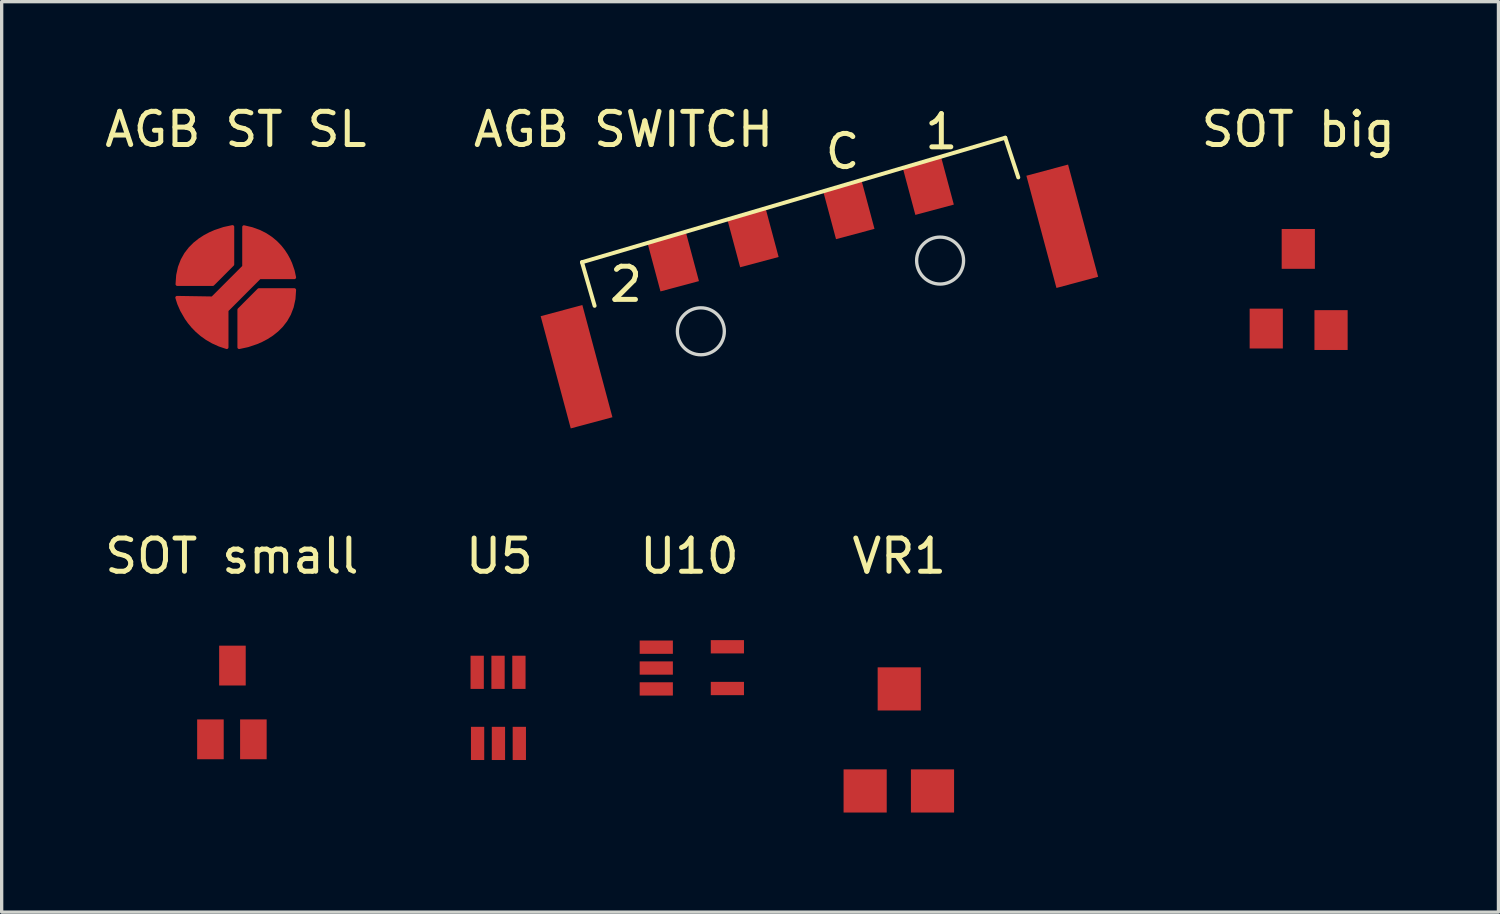
<source format=kicad_pcb>
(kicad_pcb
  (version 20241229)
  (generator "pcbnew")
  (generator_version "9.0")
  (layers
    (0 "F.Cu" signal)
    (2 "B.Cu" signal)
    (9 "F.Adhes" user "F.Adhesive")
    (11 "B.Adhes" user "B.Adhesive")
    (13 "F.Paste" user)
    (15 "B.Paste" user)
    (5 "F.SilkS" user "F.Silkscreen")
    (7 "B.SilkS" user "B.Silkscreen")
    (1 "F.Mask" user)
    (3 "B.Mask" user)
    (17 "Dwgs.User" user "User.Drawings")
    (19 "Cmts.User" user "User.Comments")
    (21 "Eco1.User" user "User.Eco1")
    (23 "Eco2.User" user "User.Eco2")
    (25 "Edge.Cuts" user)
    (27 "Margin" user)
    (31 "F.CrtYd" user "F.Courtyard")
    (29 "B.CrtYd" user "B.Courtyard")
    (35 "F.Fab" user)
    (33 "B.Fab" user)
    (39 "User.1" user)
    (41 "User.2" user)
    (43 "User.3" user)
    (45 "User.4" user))
  (footprint "SOT small"
    (layer "F.Cu")
    (at 3.935 18.203)
    (property "Reference" "SOT small" (at 0 -4.5 0) (unlocked yes) (layer "F.SilkS") (effects (font (size 1 1) (thickness 0.15))))
    (attr smd)
    (pad "1" smd rect (at 0.017 -1.203 180) (size 0.8 1.2) (layers "F.Cu" "F.Mask" "F.Paste"))
    (pad "2" smd rect (at -0.646 1.019 180) (size 0.8 1.2) (layers "F.Cu" "F.Mask" "F.Paste"))
    (pad "3" smd rect (at 0.648 1.019 180) (size 0.8 1.2) (layers "F.Cu" "F.Mask" "F.Paste")))
  (footprint "VR1"
    (layer "F.Cu")
    (at 24.039 14.203)
    (property "Reference" "VR1" (at 0 -0.5 0) (unlocked yes) (layer "F.SilkS") (effects (font (size 1 1) (thickness 0.15))))
    (attr smd)
    (pad "1" smd rect (at 0 3.5 90) (size 1.3 1.3) (layers "F.Cu" "F.Mask" "F.Paste"))
    (pad "2" smd rect (at -1.027 6.574 90) (size 1.3 1.3) (layers "F.Cu" "F.Mask" "F.Paste"))
    (pad "3" smd rect (at 1.002 6.574 90) (size 1.3 1.3) (layers "F.Cu" "F.Mask" "F.Paste")))
  (footprint "U5"
    (layer "F.Cu")
    (at 11.994 17.203)
    (property "Reference" "U5" (at 0 -3.5 0) (unlocked yes) (layer "F.SilkS") (effects (font (size 1 1) (thickness 0.15))))
    (attr smd)
    (pad "1" smd rect (at -0.657 2.142) (size 0.4 1) (layers "F.Cu" "F.Mask" "F.Paste"))
    (pad "2" smd rect (at -0.029 2.142) (size 0.4 1) (layers "F.Cu" "F.Mask" "F.Paste"))
    (pad "3" smd rect (at 0.6 2.142) (size 0.4 1) (layers "F.Cu" "F.Mask" "F.Paste"))
    (pad "4" smd rect (at 0.588 0) (size 0.4 1) (layers "F.Cu" "F.Mask" "F.Paste"))
    (pad "5" smd rect (at -0.041 0) (size 0.4 1) (layers "F.Cu" "F.Mask" "F.Paste"))
    (pad "6" smd rect (at -0.669 0) (size 0.4 1) (layers "F.Cu" "F.Mask" "F.Paste")))
  (footprint "U10"
    (layer "F.Cu")
    (at 17.72 15.703)
    (property "Reference" "U10" (at 0 -2 0) (unlocked yes) (layer "F.SilkS") (effects (font (size 1 1) (thickness 0.15))))
    (attr smd)
    (pad "1" smd rect (at -1 0.743 90) (size 0.4 1) (layers "F.Cu" "F.Mask" "F.Paste"))
    (pad "1" smd rect (at -1 2 90) (size 0.4 1) (layers "F.Cu" "F.Mask" "F.Paste"))
    (pad "2" smd rect (at -1 1.371 90) (size 0.4 1) (layers "F.Cu" "F.Mask" "F.Paste"))
    (pad "4" smd rect (at 1.142 1.988 90) (size 0.4 1) (layers "F.Cu" "F.Mask" "F.Paste"))
    (pad "5" smd rect (at 1.142 0.731 90) (size 0.4 1) (layers "F.Cu" "F.Mask" "F.Paste")))
  (footprint "SOT big"
    (layer "F.Cu")
    (at 36.06 5.848)
    (property "Reference" "SOT big" (at 0 -5 0) (unlocked yes) (layer "F.SilkS") (effects (font (size 1 1) (thickness 0.15))))
    (attr smd)
    (pad "1" smd rect (at 0 -1.4 180) (size 1 1.2) (layers "F.Cu" "F.Mask" "F.Paste"))
    (pad "2" smd rect (at -0.965 1 180) (size 1 1.2) (layers "F.Cu" "F.Mask" "F.Paste"))
    (pad "3" smd rect (at 0.987 1.045 180) (size 1 1.2) (layers "F.Cu" "F.Mask" "F.Paste")))
  (footprint "AGB SWITCH"
    (layer "F.Cu")
    (at 20.313 0.43)
    (property "Reference" "AGB SWITCH" (at -4.581 0.419 0) (unlocked yes) (layer "F.SilkS") (effects (font (size 1 1) (thickness 0.15))))
    (attr smd)
    (fp_poly (pts (xy -5.714 6.028) (xy -4.948 8.872) (xy 8.335 4.872) (xy 7.553 2.051)) (stroke (width 0.1) (type solid)) (fill yes) (layer "F.Mask"))
    (fp_line (start -5.831 4.419) (end -5.451 5.732) (stroke (width 0.12) (type solid)) (layer "F.SilkS"))
    (fp_line (start -5.831 4.419) (end 6.919 0.669) (stroke (width 0.12) (type solid)) (layer "F.SilkS"))
    (fp_line (start 6.919 0.669) (end 7.312 1.864) (stroke (width 0.12) (type solid)) (layer "F.SilkS"))
    (fp_circle (center -2.25 6.5) (end -2.75 6) (stroke (width 0.1) (type default)) (fill no) (layer "Edge.Cuts"))
    (fp_circle (center 4.957 4.37) (end 4.457 3.87) (stroke (width 0.1) (type default)) (fill no) (layer "Edge.Cuts"))
    (fp_text user "C" (at 1.419 1.669 0) (unlocked yes) (layer "F.SilkS") (effects (font (size 1 1) (thickness 0.15)) (justify left bottom)))
    (fp_text user "2" (at -5.081 5.669 0) (unlocked yes) (layer "F.SilkS") (effects (font (size 1 1) (thickness 0.15)) (justify left bottom)))
    (fp_text user "1" (at 4.419 1.073 0) (unlocked yes) (layer "F.SilkS") (effects (font (size 1 1) (thickness 0.15)) (justify left bottom)))
    (pad "1" smd rect (at 4.597 2.114 105) (size 1.5 1.2) (layers "F.Cu" "F.Mask" "F.Paste"))
    (pad "2" smd rect (at -3.081 4.419 105) (size 1.5 1.2) (layers "F.Cu" "F.Mask" "F.Paste"))
    (pad "3" smd rect (at -5.995 7.567 105) (size 3.5 1.3) (layers "F.Cu" "F.Mask" "F.Paste"))
    (pad "3" smd rect (at 8.637 3.336 105) (size 3.5 1.3) (layers "F.Cu" "F.Mask" "F.Paste"))
    (pad "C" smd rect (at -0.681 3.692 105) (size 1.5 1.2) (layers "F.Cu" "F.Mask" "F.Paste"))
    (pad "C" smd rect (at 2.207 2.845 105) (size 1.5 1.2) (layers "F.Cu" "F.Mask" "F.Paste")))
  (footprint "AGB ST SL"
    (layer "F.Cu")
    (at 4.054 1.348)
    (property "Reference" "AGB ST SL" (at 0 -0.5 0) (unlocked yes) (layer "F.SilkS") (effects (font (size 1 1) (thickness 0.15))))
    (attr smd)
    (pad "1" smd custom (at 0.838 3.43) (size 0.5 0.5) (layers "F.Cu" "F.Mask" "F.Paste") (options (anchor circle)) (primitives (gr_poly (pts (xy -0.25 -0.125) (xy -0.24 -0.173) (xy -0.213 -0.213) (xy -0.173 -0.24) (xy -0.125 -0.25) (xy 0.125 -0.25) (xy 0.173 -0.24) (xy 0.213 -0.213) (xy 0.24 -0.173) (xy 0.25 -0.125) (xy 0.25 0.125) (xy 0.24 0.173) (xy 0.213 0.213) (xy 0.173 0.24) (xy 0.125 0.25) (xy -0.125 0.25) (xy -0.173 0.24) (xy -0.213 0.213) (xy -0.24 0.173) (xy -0.25 0.125)) (width 0) (fill yes)) (gr_poly (pts (xy -0.595 -0.992) (xy -0.595 0.205) (xy -1.542 1.153) (xy -2.611 1.136) (xy -2.498 1.451) (xy -2.312 1.772) (xy -2.022 2.145) (xy -1.618 2.45) (xy -1.109 2.637) (xy -1.109 1.52) (xy -0.121 0.531) (xy 0.928 0.531) (xy 0.895 0.363) (xy 0.801 0.052) (xy 0.661 -0.176) (xy 0.434 -0.471) (xy -0.002 -0.798) (xy -0.431 -0.953)) (width 0.01) (fill yes)) (gr_curve (pts (xy -2.611 1.136) (xy -2.611 1.136) (xy -2.358 2.288) (xy -1.109 2.637)) (width 0.1)) (gr_line (start -1.109 2.637) (end -1.109 1.52) (width 0.1)) (gr_line (start -1.109 1.52) (end -0.121 0.531) (width 0.1)) (gr_line (start -0.121 0.531) (end 0.928 0.531) (width 0.1)) (gr_curve (pts (xy 0.928 0.531) (xy 0.928 0.531) (xy 0.784 -0.743) (xy -0.595 -0.992)) (width 0.1)) (gr_line (start -0.595 -0.992) (end -0.595 0.205) (width 0.1)) (gr_line (start -0.595 0.205) (end -1.542 1.153) (width 0.1)) (gr_line (start -1.542 1.153) (end -2.611 1.136) (width 0.1))))
    (pad "2" smd custom (at -1 3.5 180) (size 0.5 0.5) (layers "F.Cu" "F.Mask" "F.Paste") (options (anchor circle)) (primitives (gr_poly (pts (xy -0.25 -0.125) (xy -0.24 -0.173) (xy -0.213 -0.213) (xy -0.173 -0.24) (xy -0.125 -0.25) (xy 0.125 -0.25) (xy 0.173 -0.24) (xy 0.213 -0.213) (xy 0.24 -0.173) (xy 0.25 -0.125) (xy 0.25 0.125) (xy 0.24 0.173) (xy 0.213 0.213) (xy 0.173 0.24) (xy 0.125 0.25) (xy -0.125 0.25) (xy -0.173 0.24) (xy -0.213 0.213) (xy -0.24 0.173) (xy -0.25 0.125)) (width 0) (fill yes)) (gr_poly (pts (xy -0.306 -0.666) (xy -0.902 -0.069) (xy -0.902 1.067) (xy -0.551 0.982) (xy -0.205 0.85) (xy 0.168 0.619) (xy 0.475 0.277) (xy 0.623 0.035) (xy 0.734 -0.303) (xy 0.766 -0.666)) (width 0.01) (fill yes)) (gr_line (start 0.766 -0.666) (end -0.306 -0.666) (width 0.1)) (gr_line (start -0.306 -0.666) (end -0.902 -0.069) (width 0.1)) (gr_line (start -0.902 -0.069) (end -0.902 1.067) (width 0.1)) (gr_curve (pts (xy -0.902 1.067) (xy -0.902 1.067) (xy 0.766 0.861) (xy 0.766 -0.666)) (width 0.1))))
    (pad "2" smd custom (at 1 5) (size 0.5 0.5) (layers "F.Cu" "F.Mask" "F.Paste") (options (anchor circle)) (primitives (gr_poly (pts (xy -0.25 -0.125) (xy -0.24 -0.173) (xy -0.213 -0.213) (xy -0.173 -0.24) (xy -0.125 -0.25) (xy 0.125 -0.25) (xy 0.173 -0.24) (xy 0.213 -0.213) (xy 0.24 -0.173) (xy 0.25 -0.125) (xy 0.25 0.125) (xy 0.24 0.173) (xy 0.213 0.213) (xy 0.173 0.24) (xy 0.125 0.25) (xy -0.125 0.25) (xy -0.173 0.24) (xy -0.213 0.213) (xy -0.24 0.173) (xy -0.25 0.125)) (width 0) (fill yes)) (gr_poly (pts (xy -0.306 -0.666) (xy -0.902 -0.069) (xy -0.902 1.067) (xy -0.551 0.982) (xy -0.205 0.85) (xy 0.168 0.619) (xy 0.475 0.277) (xy 0.623 0.035) (xy 0.734 -0.303) (xy 0.766 -0.666)) (width 0.01) (fill yes)) (gr_line (start 0.766 -0.666) (end -0.306 -0.666) (width 0.1)) (gr_line (start -0.306 -0.666) (end -0.902 -0.069) (width 0.1)) (gr_line (start -0.902 -0.069) (end -0.902 1.067) (width 0.1)) (gr_curve (pts (xy -0.902 1.067) (xy -0.902 1.067) (xy 0.766 0.861) (xy 0.766 -0.666)) (width 0.1)))))
  (gr_rect
    (start -3 -3)
    (end 42.09 24.427)
    (stroke (width 0.1) (type default))
    (fill no)
    (layer "Edge.Cuts")))
</source>
